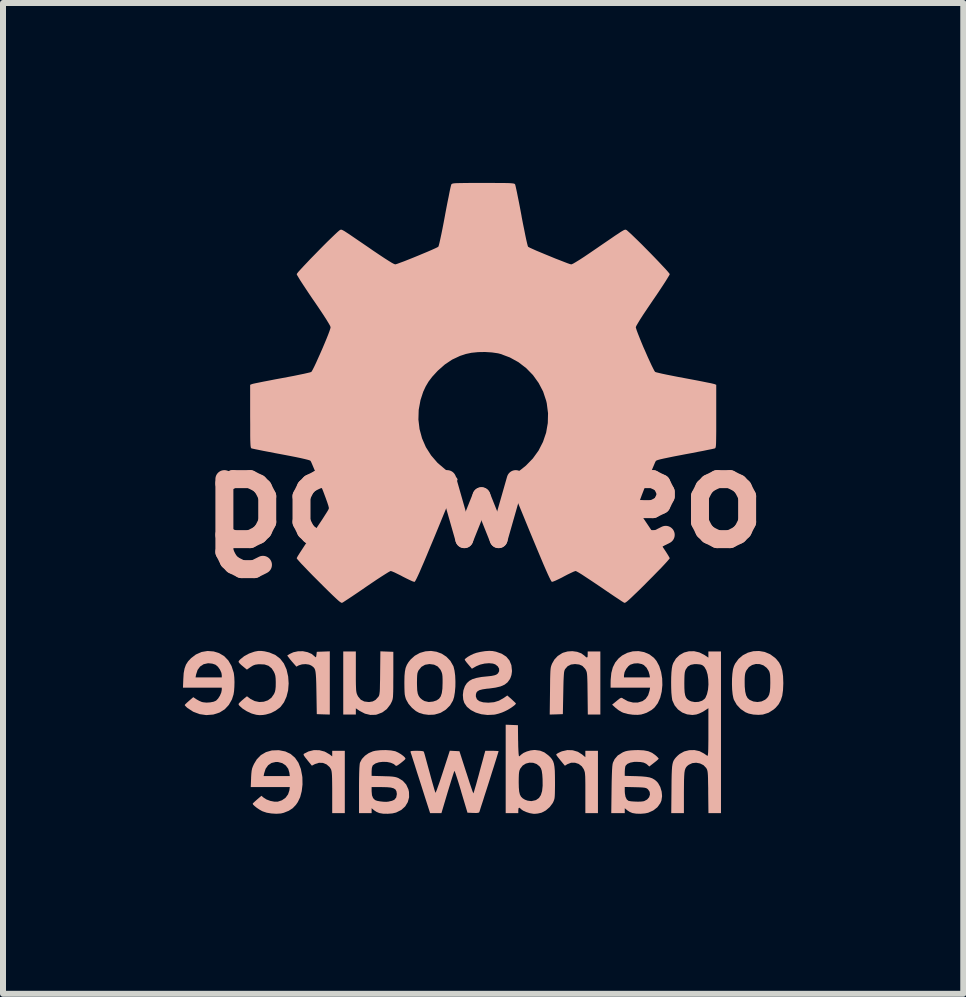
<source format=kicad_pcb>
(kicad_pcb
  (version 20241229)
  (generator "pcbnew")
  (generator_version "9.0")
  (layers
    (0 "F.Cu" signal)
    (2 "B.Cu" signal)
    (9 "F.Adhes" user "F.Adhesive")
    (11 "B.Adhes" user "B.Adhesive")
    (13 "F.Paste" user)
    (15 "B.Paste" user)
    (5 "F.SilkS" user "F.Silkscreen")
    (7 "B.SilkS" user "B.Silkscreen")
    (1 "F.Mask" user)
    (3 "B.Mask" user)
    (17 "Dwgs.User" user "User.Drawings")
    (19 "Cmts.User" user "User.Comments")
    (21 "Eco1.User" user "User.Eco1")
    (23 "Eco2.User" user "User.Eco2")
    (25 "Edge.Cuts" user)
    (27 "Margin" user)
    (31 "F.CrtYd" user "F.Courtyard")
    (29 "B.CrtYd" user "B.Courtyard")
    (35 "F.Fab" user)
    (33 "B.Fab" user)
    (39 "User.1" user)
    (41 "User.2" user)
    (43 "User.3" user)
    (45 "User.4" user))
  (footprint "oshw bg"
    (layer "F.Cu")
    (at 5.012 5.259)
    (property "Reference" "oshw bg" (at 0 0 0) (layer "B.SilkS") (effects (font (size 1.5 1.5) (thickness 0.3)) (justify mirror)))
    (attr board_only exclude_from_pos_files exclude_from_bom)
    (fp_poly (pts (xy -2.92 4.218) (xy -2.996 4.257) (xy -3.002 4.268) (xy -2.996 4.286) (xy -2.976 4.315) (xy -2.94 4.36) (xy -2.939 4.362) (xy -2.863 4.455) (xy -2.811 4.428) (xy -2.745 4.407) (xy -2.679 4.409) (xy -2.618 4.434) (xy -2.568 4.478) (xy -2.547 4.51) (xy -2.54 4.527) (xy -2.535 4.548) (xy -2.531 4.576) (xy -2.528 4.615) (xy -2.526 4.669) (xy -2.525 4.74) (xy -2.524 4.832) (xy -2.524 4.901) (xy -2.524 5.246) (xy -2.419 5.246) (xy -2.314 5.246) (xy -2.314 4.726) (xy -2.314 4.207) (xy -2.419 4.207) (xy -2.524 4.207) (xy -2.524 4.254) (xy -2.524 4.3) (xy -2.57 4.265) (xy -2.65 4.22) (xy -2.739 4.197) (xy -2.831 4.196)) (stroke (width 0) (type solid)) (fill yes) (layer "B.SilkS"))
    (fp_poly (pts (xy 1.307 4.215) (xy 1.279 4.226) (xy 1.241 4.245) (xy 1.216 4.261) (xy 1.21 4.269) (xy 1.217 4.284) (xy 1.238 4.313) (xy 1.269 4.351) (xy 1.282 4.368) (xy 1.355 4.456) (xy 1.397 4.43) (xy 1.459 4.406) (xy 1.524 4.406) (xy 1.585 4.426) (xy 1.637 4.466) (xy 1.666 4.509) (xy 1.675 4.528) (xy 1.682 4.547) (xy 1.688 4.57) (xy 1.691 4.6) (xy 1.694 4.64) (xy 1.695 4.695) (xy 1.696 4.768) (xy 1.696 4.862) (xy 1.696 4.907) (xy 1.696 5.246) (xy 1.801 5.246) (xy 1.906 5.246) (xy 1.906 4.726) (xy 1.906 4.207) (xy 1.801 4.207) (xy 1.696 4.207) (xy 1.696 4.261) (xy 1.696 4.314) (xy 1.643 4.269) (xy 1.57 4.223) (xy 1.485 4.198) (xy 1.396 4.195)) (stroke (width 0) (type solid)) (fill yes) (layer "B.SilkS"))
    (fp_poly (pts (xy -3.094 2.548) (xy -3.173 2.565) (xy -3.231 2.592) (xy -3.274 2.619) (xy -3.248 2.654) (xy -3.225 2.684) (xy -3.193 2.722) (xy -3.172 2.746) (xy -3.121 2.804) (xy -3.08 2.782) (xy -3.027 2.766) (xy -2.967 2.762) (xy -2.91 2.77) (xy -2.875 2.785) (xy -2.852 2.801) (xy -2.834 2.816) (xy -2.82 2.834) (xy -2.809 2.859) (xy -2.802 2.892) (xy -2.797 2.937) (xy -2.793 2.998) (xy -2.79 3.077) (xy -2.788 3.179) (xy -2.787 3.234) (xy -2.781 3.596) (xy -2.672 3.6) (xy -2.564 3.603) (xy -2.564 3.076) (xy -2.564 2.549) (xy -2.672 2.553) (xy -2.781 2.557) (xy -2.787 2.609) (xy -2.792 2.64) (xy -2.799 2.649) (xy -2.81 2.64) (xy -2.812 2.638) (xy -2.865 2.593) (xy -2.934 2.563) (xy -3.012 2.547)) (stroke (width 0) (type solid)) (fill yes) (layer "B.SilkS"))
    (fp_poly (pts (xy -1.725 2.911) (xy -1.726 3.018) (xy -1.728 3.102) (xy -1.729 3.166) (xy -1.731 3.214) (xy -1.735 3.248) (xy -1.739 3.272) (xy -1.744 3.289) (xy -1.751 3.302) (xy -1.756 3.308) (xy -1.8 3.357) (xy -1.848 3.384) (xy -1.907 3.394) (xy -1.917 3.394) (xy -1.99 3.385) (xy -2.047 3.356) (xy -2.09 3.305) (xy -2.1 3.287) (xy -2.109 3.268) (xy -2.116 3.249) (xy -2.121 3.226) (xy -2.125 3.197) (xy -2.127 3.156) (xy -2.129 3.101) (xy -2.13 3.029) (xy -2.13 2.935) (xy -2.13 2.89) (xy -2.13 2.551) (xy -2.235 2.551) (xy -2.34 2.551) (xy -2.34 3.076) (xy -2.34 3.602) (xy -2.235 3.602) (xy -2.13 3.602) (xy -2.13 3.551) (xy -2.13 3.499) (xy -2.065 3.543) (xy -1.978 3.588) (xy -1.889 3.609) (xy -1.802 3.607) (xy -1.781 3.603) (xy -1.69 3.568) (xy -1.614 3.512) (xy -1.555 3.435) (xy -1.536 3.398) (xy -1.527 3.379) (xy -1.52 3.359) (xy -1.515 3.337) (xy -1.511 3.309) (xy -1.509 3.271) (xy -1.507 3.22) (xy -1.506 3.153) (xy -1.506 3.067) (xy -1.505 2.958) (xy -1.505 2.945) (xy -1.505 2.557) (xy -1.613 2.553) (xy -1.721 2.549)) (stroke (width 0) (type solid)) (fill yes) (layer "B.SilkS"))
    (fp_poly (pts (xy 1.4 2.551) (xy 1.325 2.572) (xy 1.308 2.58) (xy 1.235 2.627) (xy 1.18 2.686) (xy 1.141 2.754) (xy 1.133 2.774) (xy 1.126 2.794) (xy 1.12 2.817) (xy 1.116 2.846) (xy 1.113 2.886) (xy 1.111 2.938) (xy 1.109 3.007) (xy 1.108 3.095) (xy 1.107 3.206) (xy 1.107 3.212) (xy 1.102 3.603) (xy 1.212 3.6) (xy 1.321 3.596) (xy 1.328 3.241) (xy 1.33 3.133) (xy 1.332 3.049) (xy 1.335 2.984) (xy 1.338 2.936) (xy 1.341 2.901) (xy 1.346 2.876) (xy 1.352 2.858) (xy 1.359 2.845) (xy 1.401 2.797) (xy 1.456 2.769) (xy 1.524 2.761) (xy 1.595 2.769) (xy 1.649 2.794) (xy 1.692 2.84) (xy 1.698 2.849) (xy 1.707 2.865) (xy 1.714 2.881) (xy 1.72 2.901) (xy 1.724 2.928) (xy 1.727 2.965) (xy 1.729 3.016) (xy 1.731 3.085) (xy 1.732 3.174) (xy 1.733 3.251) (xy 1.737 3.602) (xy 1.842 3.602) (xy 1.946 3.602) (xy 1.946 3.076) (xy 1.946 2.551) (xy 1.841 2.551) (xy 1.735 2.551) (xy 1.735 2.603) (xy 1.733 2.641) (xy 1.723 2.653) (xy 1.703 2.642) (xy 1.683 2.623) (xy 1.629 2.583) (xy 1.559 2.557) (xy 1.48 2.546)) (stroke (width 0) (type solid)) (fill yes) (layer "B.SilkS"))
    (fp_poly (pts (xy 2.487 2.549) (xy 2.394 2.574) (xy 2.308 2.619) (xy 2.25 2.667) (xy 2.194 2.735) (xy 2.154 2.815) (xy 2.129 2.909) (xy 2.118 3.022) (xy 2.117 3.073) (xy 2.117 3.155) (xy 2.446 3.155) (xy 2.775 3.155) (xy 2.766 3.205) (xy 2.743 3.28) (xy 2.702 3.34) (xy 2.649 3.379) (xy 2.572 3.402) (xy 2.489 3.402) (xy 2.405 3.381) (xy 2.326 3.338) (xy 2.32 3.333) (xy 2.305 3.324) (xy 2.289 3.325) (xy 2.268 3.336) (xy 2.235 3.362) (xy 2.218 3.376) (xy 2.142 3.438) (xy 2.202 3.493) (xy 2.248 3.529) (xy 2.301 3.561) (xy 2.331 3.574) (xy 2.405 3.594) (xy 2.488 3.606) (xy 2.569 3.608) (xy 2.628 3.602) (xy 2.718 3.573) (xy 2.8 3.527) (xy 2.849 3.486) (xy 2.904 3.413) (xy 2.944 3.323) (xy 2.969 3.221) (xy 2.98 3.112) (xy 2.977 3.002) (xy 2.974 2.984) (xy 2.773 2.984) (xy 2.557 2.984) (xy 2.34 2.984) (xy 2.34 2.947) (xy 2.35 2.896) (xy 2.377 2.842) (xy 2.414 2.796) (xy 2.445 2.772) (xy 2.506 2.752) (xy 2.573 2.748) (xy 2.636 2.761) (xy 2.67 2.777) (xy 2.717 2.823) (xy 2.751 2.888) (xy 2.766 2.942) (xy 2.773 2.984) (xy 2.974 2.984) (xy 2.959 2.894) (xy 2.928 2.795) (xy 2.882 2.709) (xy 2.839 2.657) (xy 2.763 2.599) (xy 2.676 2.562) (xy 2.583 2.545)) (stroke (width 0) (type solid)) (fill yes) (layer "B.SilkS"))
    (fp_poly (pts (xy -3.53 4.201) (xy -3.628 4.229) (xy -3.712 4.278) (xy -3.781 4.349) (xy -3.827 4.425) (xy -3.846 4.466) (xy -3.859 4.501) (xy -3.867 4.539) (xy -3.872 4.586) (xy -3.876 4.651) (xy -3.876 4.662) (xy -3.882 4.812) (xy -3.556 4.812) (xy -3.231 4.812) (xy -3.238 4.867) (xy -3.26 4.933) (xy -3.302 4.99) (xy -3.362 5.032) (xy -3.431 5.055) (xy -3.49 5.055) (xy -3.556 5.042) (xy -3.62 5.018) (xy -3.665 4.99) (xy -3.704 4.957) (xy -3.775 5.018) (xy -3.81 5.049) (xy -3.837 5.074) (xy -3.849 5.087) (xy -3.849 5.088) (xy -3.843 5.104) (xy -3.818 5.128) (xy -3.782 5.157) (xy -3.739 5.186) (xy -3.695 5.211) (xy -3.682 5.217) (xy -3.616 5.239) (xy -3.537 5.252) (xy -3.455 5.257) (xy -3.379 5.252) (xy -3.333 5.241) (xy -3.248 5.207) (xy -3.182 5.164) (xy -3.128 5.107) (xy -3.097 5.062) (xy -3.058 4.98) (xy -3.032 4.88) (xy -3.019 4.769) (xy -3.021 4.652) (xy -3.024 4.629) (xy -3.024 4.628) (xy -3.231 4.628) (xy -3.449 4.628) (xy -3.667 4.628) (xy -3.659 4.585) (xy -3.634 4.507) (xy -3.592 4.448) (xy -3.536 4.41) (xy -3.467 4.394) (xy -3.428 4.394) (xy -3.356 4.413) (xy -3.298 4.452) (xy -3.257 4.508) (xy -3.238 4.573) (xy -3.231 4.628) (xy -3.024 4.628) (xy -3.047 4.509) (xy -3.087 4.406) (xy -3.144 4.323) (xy -3.217 4.26) (xy -3.305 4.218) (xy -3.407 4.198) (xy -3.42 4.197)) (stroke (width 0) (type solid)) (fill yes) (layer "B.SilkS"))
    (fp_poly (pts (xy -3.755 2.542) (xy -3.805 2.551) (xy -3.826 2.556) (xy -3.911 2.586) (xy -3.992 2.63) (xy -4.056 2.682) (xy -4.062 2.688) (xy -4.082 2.711) (xy -4.085 2.726) (xy -4.072 2.745) (xy -4.068 2.749) (xy -4.042 2.775) (xy -4.006 2.805) (xy -3.994 2.815) (xy -3.946 2.854) (xy -3.885 2.811) (xy -3.845 2.786) (xy -3.808 2.772) (xy -3.76 2.765) (xy -3.737 2.764) (xy -3.652 2.768) (xy -3.586 2.79) (xy -3.533 2.833) (xy -3.498 2.887) (xy -3.482 2.922) (xy -3.472 2.957) (xy -3.467 3) (xy -3.465 3.058) (xy -3.465 3.076) (xy -3.466 3.141) (xy -3.471 3.188) (xy -3.479 3.225) (xy -3.494 3.26) (xy -3.496 3.263) (xy -3.538 3.323) (xy -3.597 3.366) (xy -3.665 3.389) (xy -3.74 3.394) (xy -3.816 3.378) (xy -3.887 3.342) (xy -3.897 3.334) (xy -3.945 3.298) (xy -3.994 3.337) (xy -4.029 3.367) (xy -4.06 3.396) (xy -4.068 3.404) (xy -4.085 3.425) (xy -4.083 3.44) (xy -4.068 3.459) (xy -4.016 3.505) (xy -3.948 3.548) (xy -3.874 3.583) (xy -3.849 3.591) (xy -3.789 3.607) (xy -3.736 3.613) (xy -3.678 3.61) (xy -3.628 3.602) (xy -3.548 3.579) (xy -3.467 3.538) (xy -3.398 3.487) (xy -3.384 3.474) (xy -3.328 3.399) (xy -3.286 3.306) (xy -3.259 3.2) (xy -3.25 3.085) (xy -3.258 2.97) (xy -3.285 2.851) (xy -3.33 2.751) (xy -3.392 2.671) (xy -3.472 2.61) (xy -3.571 2.568) (xy -3.651 2.549) (xy -3.708 2.542)) (stroke (width 0) (type solid)) (fill yes) (layer "B.SilkS"))
    (fp_poly (pts (xy -4.703 2.56) (xy -4.797 2.602) (xy -4.876 2.662) (xy -4.926 2.715) (xy -4.962 2.771) (xy -4.985 2.834) (xy -5 2.912) (xy -5.006 3.007) (xy -5.012 3.155) (xy -4.688 3.155) (xy -4.365 3.155) (xy -4.365 3.192) (xy -4.374 3.237) (xy -4.396 3.289) (xy -4.427 3.337) (xy -4.46 3.371) (xy -4.501 3.389) (xy -4.558 3.4) (xy -4.62 3.404) (xy -4.677 3.398) (xy -4.698 3.393) (xy -4.74 3.375) (xy -4.785 3.35) (xy -4.792 3.345) (xy -4.84 3.313) (xy -4.911 3.374) (xy -4.946 3.405) (xy -4.972 3.43) (xy -4.983 3.445) (xy -4.983 3.445) (xy -4.973 3.459) (xy -4.95 3.482) (xy -4.936 3.494) (xy -4.841 3.556) (xy -4.735 3.596) (xy -4.623 3.612) (xy -4.509 3.603) (xy -4.503 3.602) (xy -4.401 3.569) (xy -4.315 3.515) (xy -4.247 3.442) (xy -4.195 3.35) (xy -4.169 3.268) (xy -4.16 3.212) (xy -4.155 3.14) (xy -4.153 3.061) (xy -4.156 2.985) (xy -4.16 2.947) (xy -4.365 2.947) (xy -4.365 2.984) (xy -4.583 2.984) (xy -4.802 2.984) (xy -4.793 2.935) (xy -4.768 2.859) (xy -4.726 2.802) (xy -4.668 2.764) (xy -4.597 2.748) (xy -4.583 2.748) (xy -4.523 2.754) (xy -4.472 2.771) (xy -4.47 2.772) (xy -4.43 2.805) (xy -4.395 2.854) (xy -4.371 2.908) (xy -4.365 2.947) (xy -4.16 2.947) (xy -4.163 2.922) (xy -4.166 2.905) (xy -4.202 2.794) (xy -4.255 2.702) (xy -4.324 2.63) (xy -4.409 2.579) (xy -4.499 2.551) (xy -4.602 2.543)) (stroke (width 0) (type solid)) (fill yes) (layer "B.SilkS"))
    (fp_poly (pts (xy 4.496 2.547) (xy 4.405 2.571) (xy 4.322 2.614) (xy 4.25 2.675) (xy 4.192 2.755) (xy 4.173 2.796) (xy 4.157 2.849) (xy 4.147 2.922) (xy 4.141 3.006) (xy 4.14 3.097) (xy 4.143 3.185) (xy 4.151 3.266) (xy 4.164 3.331) (xy 4.173 3.358) (xy 4.22 3.441) (xy 4.286 3.511) (xy 4.364 3.564) (xy 4.417 3.586) (xy 4.496 3.603) (xy 4.581 3.608) (xy 4.655 3.603) (xy 4.75 3.573) (xy 4.836 3.518) (xy 4.869 3.489) (xy 4.918 3.432) (xy 4.953 3.367) (xy 4.978 3.291) (xy 4.991 3.198) (xy 4.996 3.085) (xy 4.996 3.076) (xy 4.779 3.076) (xy 4.777 3.161) (xy 4.771 3.225) (xy 4.759 3.273) (xy 4.74 3.309) (xy 4.712 3.34) (xy 4.692 3.356) (xy 4.634 3.384) (xy 4.565 3.394) (xy 4.496 3.385) (xy 4.433 3.357) (xy 4.433 3.357) (xy 4.4 3.327) (xy 4.376 3.282) (xy 4.361 3.22) (xy 4.353 3.137) (xy 4.352 3.076) (xy 4.352 3.007) (xy 4.355 2.958) (xy 4.36 2.922) (xy 4.369 2.892) (xy 4.381 2.867) (xy 4.422 2.812) (xy 4.476 2.777) (xy 4.538 2.76) (xy 4.603 2.762) (xy 4.665 2.783) (xy 4.719 2.824) (xy 4.752 2.866) (xy 4.764 2.889) (xy 4.771 2.915) (xy 4.776 2.95) (xy 4.778 2.999) (xy 4.779 3.069) (xy 4.779 3.076) (xy 4.996 3.076) (xy 4.992 2.964) (xy 4.98 2.873) (xy 4.958 2.797) (xy 4.925 2.734) (xy 4.878 2.677) (xy 4.859 2.658) (xy 4.776 2.597) (xy 4.685 2.559) (xy 4.591 2.543)) (stroke (width 0) (type solid)) (fill yes) (layer "B.SilkS"))
    (fp_poly (pts (xy -0.971 2.549) (xy -1.062 2.575) (xy -1.147 2.622) (xy -1.215 2.683) (xy -1.252 2.729) (xy -1.28 2.775) (xy -1.3 2.825) (xy -1.312 2.885) (xy -1.319 2.96) (xy -1.321 3.055) (xy -1.321 3.083) (xy -1.32 3.163) (xy -1.318 3.222) (xy -1.315 3.266) (xy -1.308 3.301) (xy -1.299 3.333) (xy -1.291 3.354) (xy -1.252 3.424) (xy -1.195 3.49) (xy -1.129 3.545) (xy -1.074 3.575) (xy -1.001 3.597) (xy -0.917 3.608) (xy -0.833 3.605) (xy -0.812 3.602) (xy -0.715 3.573) (xy -0.63 3.521) (xy -0.559 3.451) (xy -0.511 3.37) (xy -0.492 3.31) (xy -0.479 3.231) (xy -0.471 3.141) (xy -0.47 3.076) (xy -0.684 3.076) (xy -0.687 3.172) (xy -0.697 3.245) (xy -0.715 3.3) (xy -0.743 3.339) (xy -0.784 3.367) (xy -0.838 3.385) (xy -0.838 3.386) (xy -0.915 3.394) (xy -0.985 3.378) (xy -1.024 3.355) (xy -1.058 3.326) (xy -1.082 3.293) (xy -1.098 3.252) (xy -1.107 3.198) (xy -1.11 3.125) (xy -1.111 3.076) (xy -1.11 3.005) (xy -1.108 2.954) (xy -1.104 2.918) (xy -1.096 2.891) (xy -1.085 2.868) (xy -1.084 2.866) (xy -1.037 2.808) (xy -0.976 2.773) (xy -0.903 2.761) (xy -0.902 2.761) (xy -0.826 2.771) (xy -0.766 2.801) (xy -0.722 2.851) (xy -0.713 2.867) (xy -0.7 2.896) (xy -0.691 2.925) (xy -0.686 2.963) (xy -0.684 3.014) (xy -0.684 3.076) (xy -0.47 3.076) (xy -0.47 3.046) (xy -0.474 2.954) (xy -0.485 2.871) (xy -0.501 2.804) (xy -0.506 2.792) (xy -0.555 2.707) (xy -0.62 2.639) (xy -0.698 2.588) (xy -0.785 2.556) (xy -0.877 2.542)) (stroke (width 0) (type solid)) (fill yes) (layer "B.SilkS"))
    (fp_poly (pts (xy 0.368 4.509) (xy 0.368 5.246) (xy 0.473 5.246) (xy 0.578 5.246) (xy 0.578 5.2) (xy 0.582 5.165) (xy 0.594 5.155) (xy 0.615 5.17) (xy 0.624 5.18) (xy 0.659 5.205) (xy 0.71 5.228) (xy 0.77 5.247) (xy 0.828 5.257) (xy 0.852 5.258) (xy 0.904 5.253) (xy 0.956 5.241) (xy 0.968 5.238) (xy 1.038 5.201) (xy 1.101 5.146) (xy 1.151 5.08) (xy 1.159 5.065) (xy 1.169 5.042) (xy 1.177 5.02) (xy 1.183 4.995) (xy 1.186 4.961) (xy 1.188 4.916) (xy 1.189 4.854) (xy 1.19 4.79) (xy 0.984 4.79) (xy 0.975 4.878) (xy 0.954 4.946) (xy 0.922 4.994) (xy 0.878 5.025) (xy 0.865 5.031) (xy 0.797 5.046) (xy 0.732 5.038) (xy 0.689 5.022) (xy 0.651 4.999) (xy 0.624 4.972) (xy 0.605 4.936) (xy 0.593 4.886) (xy 0.587 4.819) (xy 0.585 4.73) (xy 0.585 4.726) (xy 0.586 4.653) (xy 0.588 4.6) (xy 0.592 4.562) (xy 0.599 4.532) (xy 0.61 4.507) (xy 0.612 4.503) (xy 0.651 4.453) (xy 0.704 4.42) (xy 0.764 4.405) (xy 0.826 4.407) (xy 0.884 4.428) (xy 0.932 4.466) (xy 0.955 4.499) (xy 0.969 4.54) (xy 0.978 4.603) (xy 0.983 4.678) (xy 0.984 4.79) (xy 1.19 4.79) (xy 1.19 4.771) (xy 1.19 4.733) (xy 1.189 4.625) (xy 1.187 4.54) (xy 1.181 4.474) (xy 1.172 4.422) (xy 1.158 4.38) (xy 1.138 4.346) (xy 1.112 4.314) (xy 1.078 4.282) (xy 1.012 4.233) (xy 0.942 4.205) (xy 0.86 4.194) (xy 0.84 4.194) (xy 0.782 4.201) (xy 0.721 4.218) (xy 0.666 4.242) (xy 0.626 4.271) (xy 0.62 4.277) (xy 0.6 4.295) (xy 0.59 4.299) (xy 0.587 4.287) (xy 0.583 4.252) (xy 0.58 4.199) (xy 0.577 4.131) (xy 0.576 4.053) (xy 0.575 4.039) (xy 0.572 3.78) (xy 0.47 3.776) (xy 0.368 3.772)) (stroke (width 0) (type solid)) (fill yes) (layer "B.SilkS"))
    (fp_poly (pts (xy 0.023 2.546) (xy -0.052 2.558) (xy -0.121 2.574) (xy -0.169 2.591) (xy -0.219 2.615) (xy -0.264 2.641) (xy -0.297 2.665) (xy -0.314 2.683) (xy -0.315 2.686) (xy -0.308 2.701) (xy -0.287 2.73) (xy -0.257 2.766) (xy -0.255 2.768) (xy -0.195 2.839) (xy -0.122 2.797) (xy -0.057 2.77) (xy 0.016 2.753) (xy 0.09 2.747) (xy 0.155 2.753) (xy 0.195 2.767) (xy 0.236 2.799) (xy 0.258 2.838) (xy 0.259 2.88) (xy 0.239 2.917) (xy 0.211 2.938) (xy 0.179 2.949) (xy 0.131 2.959) (xy 0.077 2.965) (xy 0.077 2.965) (xy -0.033 2.976) (xy -0.119 2.992) (xy -0.187 3.013) (xy -0.239 3.042) (xy -0.279 3.079) (xy -0.311 3.127) (xy -0.313 3.132) (xy -0.337 3.2) (xy -0.346 3.276) (xy -0.34 3.351) (xy -0.322 3.409) (xy -0.278 3.474) (xy -0.212 3.528) (xy -0.131 3.57) (xy -0.037 3.598) (xy 0.065 3.61) (xy 0.171 3.605) (xy 0.197 3.601) (xy 0.249 3.588) (xy 0.309 3.568) (xy 0.353 3.549) (xy 0.401 3.525) (xy 0.449 3.496) (xy 0.492 3.466) (xy 0.523 3.441) (xy 0.538 3.423) (xy 0.539 3.42) (xy 0.53 3.408) (xy 0.505 3.384) (xy 0.471 3.352) (xy 0.467 3.348) (xy 0.395 3.285) (xy 0.336 3.326) (xy 0.255 3.372) (xy 0.174 3.397) (xy 0.08 3.405) (xy 0.077 3.405) (xy -0.008 3.399) (xy -0.071 3.38) (xy -0.111 3.349) (xy -0.129 3.304) (xy -0.129 3.271) (xy -0.121 3.239) (xy -0.102 3.215) (xy -0.069 3.196) (xy -0.018 3.183) (xy 0.054 3.172) (xy 0.092 3.169) (xy 0.199 3.154) (xy 0.283 3.134) (xy 0.349 3.105) (xy 0.399 3.066) (xy 0.436 3.015) (xy 0.448 2.991) (xy 0.464 2.944) (xy 0.472 2.89) (xy 0.473 2.874) (xy 0.463 2.78) (xy 0.431 2.701) (xy 0.377 2.637) (xy 0.302 2.589) (xy 0.206 2.555) (xy 0.149 2.544) (xy 0.094 2.541)) (stroke (width 0) (type solid)) (fill yes) (layer "B.SilkS"))
    (fp_poly (pts (xy 2.524 4.196) (xy 2.455 4.2) (xy 2.405 4.206) (xy 2.365 4.215) (xy 2.328 4.229) (xy 2.309 4.239) (xy 2.236 4.285) (xy 2.184 4.346) (xy 2.156 4.404) (xy 2.15 4.429) (xy 2.145 4.47) (xy 2.141 4.53) (xy 2.138 4.611) (xy 2.135 4.714) (xy 2.133 4.842) (xy 2.133 4.848) (xy 2.128 5.246) (xy 2.24 5.246) (xy 2.353 5.246) (xy 2.353 5.205) (xy 2.353 5.164) (xy 2.393 5.198) (xy 2.434 5.225) (xy 2.479 5.244) (xy 2.482 5.245) (xy 2.543 5.255) (xy 2.617 5.257) (xy 2.69 5.251) (xy 2.743 5.24) (xy 2.828 5.202) (xy 2.897 5.148) (xy 2.946 5.08) (xy 2.964 5.038) (xy 2.975 4.966) (xy 2.973 4.937) (xy 2.773 4.937) (xy 2.759 4.981) (xy 2.726 5.019) (xy 2.678 5.045) (xy 2.662 5.049) (xy 2.621 5.054) (xy 2.567 5.055) (xy 2.509 5.053) (xy 2.457 5.049) (xy 2.419 5.042) (xy 2.413 5.04) (xy 2.386 5.017) (xy 2.365 4.973) (xy 2.355 4.914) (xy 2.353 4.884) (xy 2.353 4.81) (xy 2.53 4.814) (xy 2.602 4.816) (xy 2.652 4.819) (xy 2.686 4.823) (xy 2.709 4.829) (xy 2.726 4.838) (xy 2.74 4.85) (xy 2.768 4.891) (xy 2.773 4.937) (xy 2.973 4.937) (xy 2.968 4.887) (xy 2.945 4.81) (xy 2.908 4.744) (xy 2.884 4.717) (xy 2.849 4.688) (xy 2.811 4.666) (xy 2.767 4.651) (xy 2.71 4.641) (xy 2.637 4.634) (xy 2.547 4.63) (xy 2.353 4.625) (xy 2.353 4.553) (xy 2.356 4.507) (xy 2.362 4.469) (xy 2.368 4.455) (xy 2.397 4.425) (xy 2.446 4.404) (xy 2.51 4.392) (xy 2.542 4.391) (xy 2.615 4.394) (xy 2.669 4.404) (xy 2.709 4.423) (xy 2.728 4.438) (xy 2.762 4.469) (xy 2.84 4.408) (xy 2.878 4.378) (xy 2.906 4.353) (xy 2.918 4.339) (xy 2.919 4.337) (xy 2.909 4.324) (xy 2.886 4.3) (xy 2.863 4.28) (xy 2.808 4.241) (xy 2.745 4.214) (xy 2.671 4.2) (xy 2.579 4.195)) (stroke (width 0) (type solid)) (fill yes) (layer "B.SilkS"))
    (fp_poly (pts (xy -1.719 4.197) (xy -1.802 4.206) (xy -1.846 4.216) (xy -1.916 4.246) (xy -1.979 4.29) (xy -2.029 4.344) (xy -2.06 4.403) (xy -2.063 4.411) (xy -2.067 4.441) (xy -2.071 4.495) (xy -2.074 4.572) (xy -2.076 4.668) (xy -2.077 4.781) (xy -2.077 4.855) (xy -2.077 5.246) (xy -1.972 5.246) (xy -1.867 5.246) (xy -1.867 5.205) (xy -1.867 5.164) (xy -1.827 5.198) (xy -1.786 5.225) (xy -1.741 5.244) (xy -1.738 5.245) (xy -1.674 5.256) (xy -1.597 5.257) (xy -1.521 5.251) (xy -1.457 5.236) (xy -1.456 5.235) (xy -1.372 5.193) (xy -1.308 5.135) (xy -1.264 5.063) (xy -1.242 4.982) (xy -1.243 4.933) (xy -1.447 4.933) (xy -1.457 4.985) (xy -1.488 5.023) (xy -1.528 5.041) (xy -1.565 5.049) (xy -1.584 5.054) (xy -1.623 5.058) (xy -1.674 5.056) (xy -1.728 5.05) (xy -1.776 5.041) (xy -1.808 5.029) (xy -1.81 5.028) (xy -1.842 4.996) (xy -1.861 4.949) (xy -1.867 4.882) (xy -1.867 4.877) (xy -1.867 4.812) (xy -1.702 4.812) (xy -1.612 4.814) (xy -1.546 4.82) (xy -1.499 4.833) (xy -1.469 4.853) (xy -1.453 4.883) (xy -1.447 4.923) (xy -1.447 4.933) (xy -1.243 4.933) (xy -1.244 4.893) (xy -1.254 4.849) (xy -1.29 4.771) (xy -1.347 4.707) (xy -1.42 4.662) (xy -1.448 4.651) (xy -1.48 4.643) (xy -1.521 4.637) (xy -1.576 4.633) (xy -1.651 4.631) (xy -1.673 4.63) (xy -1.867 4.625) (xy -1.867 4.549) (xy -1.863 4.493) (xy -1.851 4.456) (xy -1.844 4.447) (xy -1.803 4.418) (xy -1.746 4.399) (xy -1.68 4.391) (xy -1.611 4.393) (xy -1.548 4.406) (xy -1.497 4.428) (xy -1.474 4.448) (xy -1.463 4.457) (xy -1.449 4.457) (xy -1.427 4.445) (xy -1.391 4.419) (xy -1.379 4.41) (xy -1.342 4.38) (xy -1.314 4.355) (xy -1.302 4.34) (xy -1.302 4.339) (xy -1.312 4.319) (xy -1.34 4.292) (xy -1.379 4.263) (xy -1.423 4.237) (xy -1.464 4.218) (xy -1.474 4.214) (xy -1.544 4.201) (xy -1.63 4.195)) (stroke (width 0) (type solid)) (fill yes) (layer "B.SilkS"))
    (fp_poly (pts (xy -0.679 4.561) (xy -0.709 4.652) (xy -0.736 4.734) (xy -0.761 4.803) (xy -0.78 4.857) (xy -0.795 4.893) (xy -0.802 4.907) (xy -0.803 4.907) (xy -0.808 4.892) (xy -0.82 4.855) (xy -0.836 4.8) (xy -0.856 4.73) (xy -0.879 4.648) (xy -0.9 4.569) (xy -0.925 4.479) (xy -0.947 4.398) (xy -0.966 4.328) (xy -0.981 4.273) (xy -0.992 4.237) (xy -0.996 4.223) (xy -1.01 4.214) (xy -1.048 4.209) (xy -1.109 4.207) (xy -1.114 4.207) (xy -1.171 4.208) (xy -1.204 4.211) (xy -1.219 4.218) (xy -1.219 4.223) (xy -1.214 4.241) (xy -1.201 4.279) (xy -1.184 4.333) (xy -1.162 4.401) (xy -1.138 4.476) (xy -1.138 4.477) (xy -1.109 4.569) (xy -1.074 4.677) (xy -1.038 4.79) (xy -1.003 4.9) (xy -0.978 4.979) (xy -0.892 5.246) (xy -0.797 5.246) (xy -0.703 5.246) (xy -0.599 4.896) (xy -0.571 4.805) (xy -0.546 4.723) (xy -0.524 4.652) (xy -0.506 4.596) (xy -0.493 4.558) (xy -0.486 4.542) (xy -0.486 4.542) (xy -0.48 4.553) (xy -0.468 4.586) (xy -0.451 4.637) (xy -0.429 4.705) (xy -0.404 4.785) (xy -0.377 4.875) (xy -0.374 4.888) (xy -0.269 5.239) (xy -0.174 5.243) (xy -0.119 5.244) (xy -0.086 5.24) (xy -0.073 5.231) (xy -0.072 5.23) (xy -0.065 5.209) (xy -0.052 5.167) (xy -0.033 5.108) (xy -0.009 5.035) (xy 0.017 4.951) (xy 0.047 4.859) (xy 0.078 4.762) (xy 0.109 4.664) (xy 0.139 4.568) (xy 0.168 4.478) (xy 0.194 4.395) (xy 0.216 4.325) (xy 0.233 4.269) (xy 0.245 4.231) (xy 0.25 4.215) (xy 0.25 4.214) (xy 0.238 4.211) (xy 0.205 4.209) (xy 0.159 4.207) (xy 0.139 4.207) (xy 0.028 4.207) (xy 0.016 4.25) (xy 0.009 4.274) (xy -0.003 4.32) (xy -0.02 4.383) (xy -0.041 4.459) (xy -0.064 4.544) (xy -0.08 4.605) (xy -0.104 4.691) (xy -0.125 4.768) (xy -0.144 4.832) (xy -0.158 4.881) (xy -0.168 4.91) (xy -0.171 4.917) (xy -0.176 4.905) (xy -0.189 4.871) (xy -0.207 4.818) (xy -0.23 4.75) (xy -0.256 4.669) (xy -0.285 4.579) (xy -0.29 4.565) (xy -0.403 4.214) (xy -0.483 4.21) (xy -0.564 4.206)) (stroke (width 0) (type solid)) (fill yes) (layer "B.SilkS"))
    (fp_poly (pts (xy 3.423 2.548) (xy 3.341 2.569) (xy 3.267 2.61) (xy 3.206 2.669) (xy 3.161 2.744) (xy 3.147 2.784) (xy 3.138 2.832) (xy 3.131 2.9) (xy 3.127 2.981) (xy 3.126 3.069) (xy 3.127 3.157) (xy 3.13 3.24) (xy 3.137 3.31) (xy 3.145 3.362) (xy 3.147 3.369) (xy 3.184 3.45) (xy 3.24 3.518) (xy 3.311 3.569) (xy 3.392 3.6) (xy 3.481 3.61) (xy 3.546 3.602) (xy 3.593 3.586) (xy 3.646 3.561) (xy 3.678 3.542) (xy 3.747 3.497) (xy 3.747 3.899) (xy 3.747 4.016) (xy 3.746 4.109) (xy 3.745 4.18) (xy 3.743 4.232) (xy 3.74 4.266) (xy 3.737 4.285) (xy 3.732 4.291) (xy 3.73 4.291) (xy 3.709 4.277) (xy 3.679 4.256) (xy 3.675 4.253) (xy 3.599 4.213) (xy 3.515 4.195) (xy 3.427 4.197) (xy 3.343 4.218) (xy 3.268 4.26) (xy 3.236 4.287) (xy 3.209 4.314) (xy 3.188 4.339) (xy 3.171 4.364) (xy 3.158 4.393) (xy 3.149 4.428) (xy 3.142 4.474) (xy 3.138 4.533) (xy 3.135 4.608) (xy 3.133 4.702) (xy 3.132 4.82) (xy 3.132 4.841) (xy 3.128 5.246) (xy 3.234 5.246) (xy 3.339 5.246) (xy 3.339 4.901) (xy 3.34 4.786) (xy 3.341 4.695) (xy 3.344 4.624) (xy 3.348 4.57) (xy 3.355 4.529) (xy 3.366 4.499) (xy 3.38 4.476) (xy 3.398 4.457) (xy 3.42 4.44) (xy 3.478 4.413) (xy 3.543 4.406) (xy 3.608 4.418) (xy 3.666 4.447) (xy 3.71 4.493) (xy 3.711 4.495) (xy 3.72 4.51) (xy 3.727 4.527) (xy 3.732 4.547) (xy 3.736 4.575) (xy 3.739 4.614) (xy 3.741 4.668) (xy 3.742 4.739) (xy 3.744 4.832) (xy 3.744 4.894) (xy 3.748 5.246) (xy 3.853 5.246) (xy 3.957 5.246) (xy 3.957 3.898) (xy 3.957 3.103) (xy 3.748 3.103) (xy 3.741 3.187) (xy 3.724 3.262) (xy 3.699 3.321) (xy 3.686 3.339) (xy 3.643 3.372) (xy 3.585 3.391) (xy 3.521 3.395) (xy 3.459 3.383) (xy 3.423 3.366) (xy 3.394 3.344) (xy 3.374 3.317) (xy 3.36 3.281) (xy 3.351 3.231) (xy 3.347 3.164) (xy 3.346 3.083) (xy 3.347 3.005) (xy 3.349 2.947) (xy 3.353 2.906) (xy 3.36 2.876) (xy 3.37 2.851) (xy 3.404 2.803) (xy 3.452 2.774) (xy 3.516 2.762) (xy 3.563 2.763) (xy 3.611 2.768) (xy 3.641 2.777) (xy 3.664 2.793) (xy 3.683 2.813) (xy 3.713 2.866) (xy 3.734 2.936) (xy 3.745 3.017) (xy 3.748 3.103) (xy 3.957 3.103) (xy 3.957 2.551) (xy 3.852 2.551) (xy 3.747 2.551) (xy 3.747 2.602) (xy 3.747 2.654) (xy 3.682 2.61) (xy 3.597 2.567) (xy 3.51 2.547)) (stroke (width 0) (type solid)) (fill yes) (layer "B.SilkS"))
    (fp_poly (pts (xy -0.137 -5.259) (xy -0.244 -5.259) (xy -0.329 -5.258) (xy -0.395 -5.257) (xy -0.445 -5.256) (xy -0.482 -5.254) (xy -0.506 -5.251) (xy -0.522 -5.247) (xy -0.531 -5.242) (xy -0.537 -5.236) (xy -0.539 -5.233) (xy -0.544 -5.215) (xy -0.554 -5.174) (xy -0.567 -5.113) (xy -0.582 -5.035) (xy -0.601 -4.943) (xy -0.621 -4.84) (xy -0.642 -4.729) (xy -0.645 -4.711) (xy -0.666 -4.599) (xy -0.686 -4.496) (xy -0.705 -4.403) (xy -0.722 -4.324) (xy -0.736 -4.261) (xy -0.747 -4.218) (xy -0.754 -4.198) (xy -0.754 -4.197) (xy -0.772 -4.186) (xy -0.81 -4.168) (xy -0.865 -4.143) (xy -0.932 -4.114) (xy -1.009 -4.082) (xy -1.09 -4.048) (xy -1.173 -4.014) (xy -1.253 -3.982) (xy -1.326 -3.953) (xy -1.389 -3.93) (xy -1.437 -3.912) (xy -1.467 -3.903) (xy -1.473 -3.902) (xy -1.492 -3.908) (xy -1.527 -3.926) (xy -1.579 -3.958) (xy -1.65 -4.003) (xy -1.739 -4.062) (xy -1.849 -4.136) (xy -1.912 -4.18) (xy -2.022 -4.255) (xy -2.113 -4.317) (xy -2.186 -4.367) (xy -2.243 -4.406) (xy -2.288 -4.435) (xy -2.32 -4.456) (xy -2.344 -4.469) (xy -2.36 -4.477) (xy -2.372 -4.48) (xy -2.38 -4.48) (xy -2.387 -4.478) (xy -2.39 -4.477) (xy -2.407 -4.466) (xy -2.439 -4.438) (xy -2.484 -4.396) (xy -2.539 -4.343) (xy -2.602 -4.282) (xy -2.67 -4.214) (xy -2.741 -4.142) (xy -2.812 -4.069) (xy -2.882 -3.998) (xy -2.946 -3.93) (xy -3.004 -3.869) (xy -3.052 -3.817) (xy -3.089 -3.776) (xy -3.11 -3.749) (xy -3.116 -3.739) (xy -3.109 -3.722) (xy -3.088 -3.687) (xy -3.056 -3.634) (xy -3.013 -3.568) (xy -2.962 -3.491) (xy -2.905 -3.405) (xy -2.842 -3.312) (xy -2.833 -3.3) (xy -2.748 -3.175) (xy -2.678 -3.07) (xy -2.623 -2.985) (xy -2.584 -2.921) (xy -2.559 -2.877) (xy -2.551 -2.854) (xy -2.551 -2.854) (xy -2.556 -2.83) (xy -2.57 -2.788) (xy -2.592 -2.729) (xy -2.62 -2.659) (xy -2.653 -2.58) (xy -2.688 -2.497) (xy -2.725 -2.413) (xy -2.761 -2.333) (xy -2.794 -2.259) (xy -2.824 -2.196) (xy -2.849 -2.147) (xy -2.866 -2.117) (xy -2.873 -2.109) (xy -2.892 -2.102) (xy -2.934 -2.092) (xy -2.995 -2.078) (xy -3.073 -2.062) (xy -3.164 -2.043) (xy -3.265 -2.024) (xy -3.366 -2.005) (xy -3.475 -1.985) (xy -3.576 -1.965) (xy -3.666 -1.948) (xy -3.744 -1.932) (xy -3.804 -1.92) (xy -3.845 -1.911) (xy -3.862 -1.906) (xy -3.892 -1.894) (xy -3.892 -1.369) (xy -3.891 -1.237) (xy -3.891 -1.13) (xy -3.891 -1.043) (xy -3.89 -0.976) (xy -3.888 -0.925) (xy -3.886 -0.888) (xy -3.883 -0.863) (xy -3.88 -0.848) (xy -3.875 -0.839) (xy -3.869 -0.835) (xy -3.869 -0.834) (xy -3.851 -0.83) (xy -3.81 -0.821) (xy -3.75 -0.809) (xy -3.672 -0.793) (xy -3.582 -0.776) (xy -3.48 -0.756) (xy -3.373 -0.736) (xy -3.241 -0.711) (xy -3.134 -0.69) (xy -3.048 -0.672) (xy -2.983 -0.657) (xy -2.935 -0.645) (xy -2.904 -0.636) (xy -2.887 -0.628) (xy -2.884 -0.624) (xy -2.875 -0.607) (xy -2.858 -0.568) (xy -2.834 -0.511) (xy -2.804 -0.44) (xy -2.77 -0.357) (xy -2.733 -0.266) (xy -2.721 -0.235) (xy -2.672 -0.113) (xy -2.635 -0.014) (xy -2.607 0.064) (xy -2.589 0.119) (xy -2.58 0.155) (xy -2.58 0.168) (xy -2.588 0.187) (xy -2.61 0.225) (xy -2.644 0.278) (xy -2.687 0.346) (xy -2.739 0.424) (xy -2.796 0.509) (xy -2.851 0.589) (xy -2.912 0.679) (xy -2.969 0.762) (xy -3.018 0.837) (xy -3.06 0.901) (xy -3.091 0.95) (xy -3.11 0.983) (xy -3.116 0.997) (xy -3.107 1.011) (xy -3.081 1.041) (xy -3.041 1.086) (xy -2.987 1.142) (xy -2.923 1.209) (xy -2.851 1.283) (xy -2.771 1.363) (xy -2.75 1.384) (xy -2.655 1.479) (xy -2.576 1.557) (xy -2.513 1.618) (xy -2.463 1.665) (xy -2.425 1.7) (xy -2.397 1.723) (xy -2.377 1.736) (xy -2.364 1.741) (xy -2.359 1.74) (xy -2.342 1.731) (xy -2.307 1.708) (xy -2.255 1.674) (xy -2.19 1.631) (xy -2.113 1.579) (xy -2.029 1.522) (xy -1.954 1.47) (xy -1.864 1.409) (xy -1.781 1.353) (xy -1.706 1.304) (xy -1.643 1.264) (xy -1.593 1.233) (xy -1.561 1.215) (xy -1.548 1.21) (xy -1.528 1.216) (xy -1.489 1.232) (xy -1.438 1.257) (xy -1.377 1.287) (xy -1.35 1.302) (xy -1.287 1.334) (xy -1.231 1.361) (xy -1.187 1.381) (xy -1.159 1.39) (xy -1.152 1.391) (xy -1.145 1.385) (xy -1.134 1.367) (xy -1.118 1.337) (xy -1.097 1.293) (xy -1.07 1.234) (xy -1.037 1.157) (xy -0.996 1.063) (xy -0.948 0.949) (xy -0.892 0.814) (xy -0.826 0.657) (xy -0.781 0.548) (xy -0.723 0.407) (xy -0.668 0.272) (xy -0.616 0.147) (xy -0.57 0.032) (xy -0.529 -0.07) (xy -0.494 -0.157) (xy -0.466 -0.228) (xy -0.447 -0.279) (xy -0.436 -0.31) (xy -0.434 -0.317) (xy -0.445 -0.341) (xy -0.477 -0.369) (xy -0.49 -0.378) (xy -0.527 -0.403) (xy -0.576 -0.438) (xy -0.628 -0.475) (xy -0.64 -0.484) (xy -0.768 -0.593) (xy -0.875 -0.717) (xy -0.962 -0.854) (xy -1.026 -1.001) (xy -1.068 -1.156) (xy -1.087 -1.315) (xy -1.082 -1.477) (xy -1.052 -1.64) (xy -1.007 -1.778) (xy -0.965 -1.868) (xy -0.917 -1.949) (xy -0.857 -2.028) (xy -0.779 -2.113) (xy -0.763 -2.13) (xy -0.646 -2.233) (xy -0.525 -2.314) (xy -0.393 -2.376) (xy -0.296 -2.408) (xy -0.202 -2.428) (xy -0.092 -2.439) (xy 0.024 -2.441) (xy 0.138 -2.434) (xy 0.241 -2.419) (xy 0.283 -2.408) (xy 0.438 -2.35) (xy 0.581 -2.271) (xy 0.71 -2.172) (xy 0.823 -2.056) (xy 0.917 -1.925) (xy 0.992 -1.782) (xy 1.043 -1.628) (xy 1.053 -1.585) (xy 1.074 -1.42) (xy 1.07 -1.256) (xy 1.042 -1.096) (xy 0.99 -0.943) (xy 0.916 -0.798) (xy 0.82 -0.665) (xy 0.705 -0.547) (xy 0.627 -0.484) (xy 0.576 -0.447) (xy 0.525 -0.411) (xy 0.484 -0.383) (xy 0.477 -0.378) (xy 0.44 -0.35) (xy 0.422 -0.324) (xy 0.421 -0.317) (xy 0.426 -0.301) (xy 0.44 -0.262) (xy 0.463 -0.204) (xy 0.493 -0.127) (xy 0.53 -0.034) (xy 0.573 0.073) (xy 0.622 0.192) (xy 0.675 0.321) (xy 0.731 0.458) (xy 0.768 0.548) (xy 0.839 0.719) (xy 0.901 0.868) (xy 0.954 0.994) (xy 0.999 1.101) (xy 1.037 1.188) (xy 1.068 1.258) (xy 1.093 1.312) (xy 1.112 1.35) (xy 1.126 1.375) (xy 1.135 1.388) (xy 1.139 1.391) (xy 1.159 1.386) (xy 1.197 1.371) (xy 1.248 1.347) (xy 1.309 1.317) (xy 1.336 1.302) (xy 1.399 1.269) (xy 1.455 1.242) (xy 1.5 1.221) (xy 1.529 1.211) (xy 1.535 1.21) (xy 1.551 1.217) (xy 1.587 1.237) (xy 1.639 1.269) (xy 1.704 1.312) (xy 1.78 1.362) (xy 1.865 1.419) (xy 1.941 1.47) (xy 2.03 1.531) (xy 2.114 1.588) (xy 2.188 1.638) (xy 2.252 1.68) (xy 2.301 1.713) (xy 2.333 1.733) (xy 2.346 1.74) (xy 2.355 1.74) (xy 2.371 1.732) (xy 2.394 1.715) (xy 2.426 1.687) (xy 2.468 1.648) (xy 2.523 1.595) (xy 2.593 1.528) (xy 2.678 1.444) (xy 2.737 1.384) (xy 2.818 1.303) (xy 2.892 1.227) (xy 2.959 1.159) (xy 3.015 1.099) (xy 3.059 1.051) (xy 3.088 1.017) (xy 3.102 0.999) (xy 3.103 0.997) (xy 3.095 0.981) (xy 3.075 0.946) (xy 3.043 0.895) (xy 3 0.83) (xy 2.95 0.754) (xy 2.893 0.67) (xy 2.838 0.589) (xy 2.776 0.498) (xy 2.719 0.413) (xy 2.668 0.337) (xy 2.626 0.271) (xy 2.594 0.219) (xy 2.573 0.183) (xy 2.567 0.168) (xy 2.569 0.145) (xy 2.581 0.103) (xy 2.602 0.04) (xy 2.633 -0.045) (xy 2.674 -0.151) (xy 2.708 -0.235) (xy 2.745 -0.328) (xy 2.78 -0.414) (xy 2.812 -0.49) (xy 2.838 -0.552) (xy 2.857 -0.597) (xy 2.869 -0.621) (xy 2.871 -0.624) (xy 2.882 -0.632) (xy 2.906 -0.641) (xy 2.946 -0.652) (xy 3.003 -0.665) (xy 3.08 -0.681) (xy 3.177 -0.701) (xy 3.298 -0.724) (xy 3.36 -0.736) (xy 3.469 -0.756) (xy 3.57 -0.776) (xy 3.66 -0.793) (xy 3.737 -0.809) (xy 3.798 -0.821) (xy 3.838 -0.83) (xy 3.855 -0.834) (xy 3.861 -0.838) (xy 3.866 -0.846) (xy 3.87 -0.861) (xy 3.873 -0.885) (xy 3.875 -0.92) (xy 3.876 -0.969) (xy 3.877 -1.034) (xy 3.878 -1.118) (xy 3.878 -1.223) (xy 3.878 -1.351) (xy 3.878 -1.369) (xy 3.878 -1.894) (xy 3.849 -1.906) (xy 3.829 -1.911) (xy 3.787 -1.921) (xy 3.725 -1.933) (xy 3.647 -1.949) (xy 3.555 -1.967) (xy 3.454 -1.986) (xy 3.353 -2.005) (xy 3.245 -2.025) (xy 3.144 -2.045) (xy 3.053 -2.063) (xy 2.977 -2.079) (xy 2.917 -2.093) (xy 2.877 -2.103) (xy 2.86 -2.109) (xy 2.848 -2.125) (xy 2.828 -2.163) (xy 2.801 -2.217) (xy 2.77 -2.284) (xy 2.735 -2.36) (xy 2.699 -2.443) (xy 2.662 -2.526) (xy 2.628 -2.608) (xy 2.597 -2.685) (xy 2.571 -2.751) (xy 2.551 -2.805) (xy 2.54 -2.841) (xy 2.537 -2.854) (xy 2.545 -2.875) (xy 2.569 -2.917) (xy 2.607 -2.98) (xy 2.661 -3.064) (xy 2.73 -3.167) (xy 2.814 -3.291) (xy 2.82 -3.3) (xy 2.884 -3.393) (xy 2.942 -3.48) (xy 2.994 -3.559) (xy 3.038 -3.627) (xy 3.071 -3.681) (xy 3.094 -3.719) (xy 3.103 -3.738) (xy 3.103 -3.739) (xy 3.094 -3.753) (xy 3.068 -3.784) (xy 3.029 -3.828) (xy 2.978 -3.882) (xy 2.919 -3.945) (xy 2.853 -4.014) (xy 2.783 -4.086) (xy 2.711 -4.159) (xy 2.641 -4.23) (xy 2.574 -4.296) (xy 2.512 -4.356) (xy 2.459 -4.407) (xy 2.417 -4.445) (xy 2.389 -4.47) (xy 2.377 -4.477) (xy 2.369 -4.48) (xy 2.361 -4.48) (xy 2.351 -4.478) (xy 2.336 -4.472) (xy 2.315 -4.46) (xy 2.285 -4.442) (xy 2.245 -4.415) (xy 2.191 -4.38) (xy 2.123 -4.333) (xy 2.038 -4.275) (xy 1.934 -4.204) (xy 1.898 -4.179) (xy 1.778 -4.097) (xy 1.679 -4.03) (xy 1.599 -3.978) (xy 1.537 -3.94) (xy 1.494 -3.915) (xy 1.467 -3.903) (xy 1.46 -3.902) (xy 1.439 -3.907) (xy 1.398 -3.921) (xy 1.341 -3.943) (xy 1.272 -3.97) (xy 1.194 -4) (xy 1.112 -4.034) (xy 1.029 -4.068) (xy 0.95 -4.101) (xy 0.878 -4.131) (xy 0.818 -4.158) (xy 0.772 -4.179) (xy 0.746 -4.193) (xy 0.741 -4.196) (xy 0.735 -4.213) (xy 0.725 -4.252) (xy 0.711 -4.312) (xy 0.695 -4.388) (xy 0.677 -4.479) (xy 0.656 -4.581) (xy 0.635 -4.691) (xy 0.632 -4.71) (xy 0.611 -4.822) (xy 0.591 -4.927) (xy 0.572 -5.02) (xy 0.556 -5.101) (xy 0.542 -5.165) (xy 0.532 -5.21) (xy 0.526 -5.232) (xy 0.526 -5.233) (xy 0.521 -5.24) (xy 0.514 -5.245) (xy 0.502 -5.249) (xy 0.482 -5.252) (xy 0.452 -5.255) (xy 0.409 -5.257) (xy 0.351 -5.258) (xy 0.276 -5.258) (xy 0.18 -5.259) (xy 0.062 -5.259) (xy -0.007 -5.259)) (stroke (width 0) (type solid)) (fill yes) (layer "B.SilkS")))
  (gr_rect
    (start -3 -3)
    (end 13.008 13.517)
    (stroke (width 0.1) (type default))
    (fill no)
    (layer "Edge.Cuts")))
</source>
